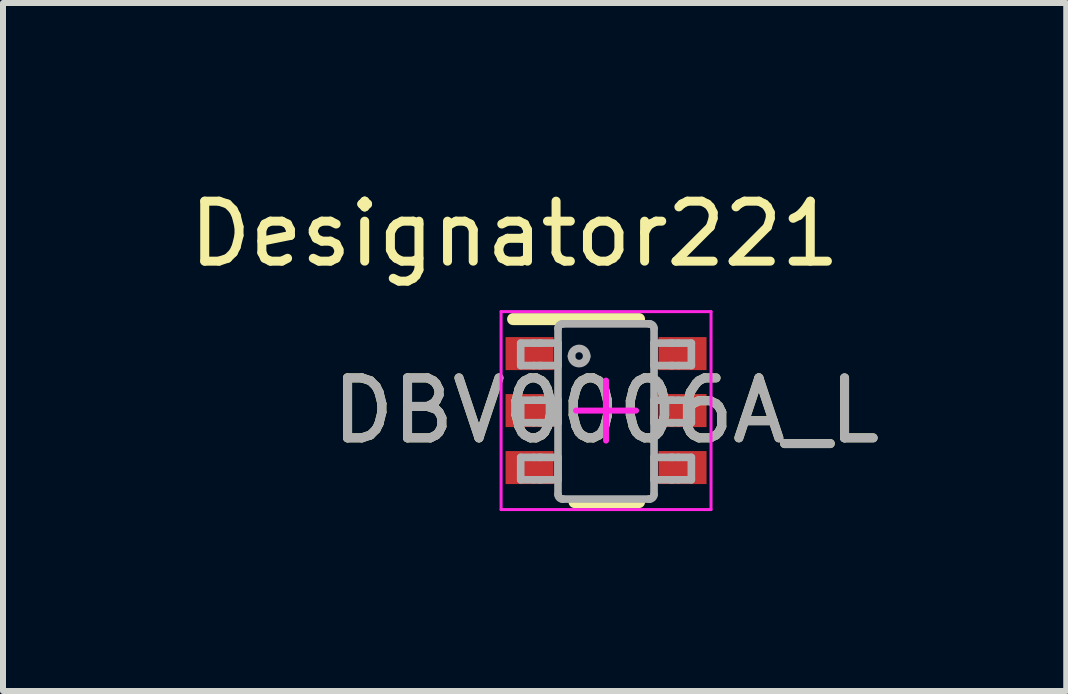
<source format=kicad_pcb>
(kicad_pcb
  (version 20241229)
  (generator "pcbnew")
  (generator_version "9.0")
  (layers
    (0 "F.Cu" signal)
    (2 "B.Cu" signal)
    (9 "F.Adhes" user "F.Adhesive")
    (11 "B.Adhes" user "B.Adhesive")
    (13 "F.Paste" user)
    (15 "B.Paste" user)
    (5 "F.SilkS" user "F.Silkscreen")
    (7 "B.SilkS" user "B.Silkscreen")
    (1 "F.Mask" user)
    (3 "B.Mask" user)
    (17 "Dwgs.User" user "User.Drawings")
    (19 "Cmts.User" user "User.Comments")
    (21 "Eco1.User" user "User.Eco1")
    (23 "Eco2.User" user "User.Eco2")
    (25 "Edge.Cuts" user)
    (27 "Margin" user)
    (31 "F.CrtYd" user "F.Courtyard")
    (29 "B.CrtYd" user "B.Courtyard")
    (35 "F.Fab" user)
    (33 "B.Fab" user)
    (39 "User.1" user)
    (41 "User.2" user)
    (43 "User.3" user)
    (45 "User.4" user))
  (footprint "DBV0006A_L"
    (layer "F.Cu")
    (at 7.054 3.795)
    (property "Reference" "DBV0006A_L" (at 0 0 0) (unlocked yes) (layer "F.SilkS") (effects (font (size 1 1) (thickness 0.15))))
    (attr smd)
    (fp_line (start -1.55 -1.525) (end 0.55 -1.525) (stroke (width 0.2) (type solid)) (layer "F.SilkS"))
    (fp_line (start -0.525 1.525) (end 0.55 1.525) (stroke (width 0.2) (type solid)) (layer "F.SilkS"))
    (fp_line (start -1.75 -1.65) (end 1.75 -1.65) (stroke (width 0.05) (type solid)) (layer "F.CrtYd"))
    (fp_line (start -1.75 1.65) (end -1.75 -1.65) (stroke (width 0.05) (type solid)) (layer "F.CrtYd"))
    (fp_line (start -1.75 1.65) (end 1.75 1.65) (stroke (width 0.05) (type solid)) (layer "F.CrtYd"))
    (fp_line (start -0.5 0) (end 0.5 0) (stroke (width 0.1) (type solid)) (layer "F.CrtYd"))
    (fp_line (start 0 0.5) (end 0 -0.5) (stroke (width 0.1) (type solid)) (layer "F.CrtYd"))
    (fp_line (start 1.75 1.65) (end 1.75 -1.65) (stroke (width 0.05) (type solid)) (layer "F.CrtYd"))
    (fp_line (start -1.423 -1.125) (end -1.206 -1.125) (stroke (width 0.127) (type solid)) (layer "F.Fab"))
    (fp_line (start -1.423 -0.751) (end -1.423 -1.125) (stroke (width 0.127) (type solid)) (layer "F.Fab"))
    (fp_line (start -1.423 -0.751) (end -1.206 -0.751) (stroke (width 0.127) (type solid)) (layer "F.Fab"))
    (fp_line (start -1.423 -0.173) (end -1.206 -0.173) (stroke (width 0.127) (type solid)) (layer "F.Fab"))
    (fp_line (start -1.423 0.202) (end -1.423 -0.173) (stroke (width 0.127) (type solid)) (layer "F.Fab"))
    (fp_line (start -1.423 0.202) (end -1.206 0.202) (stroke (width 0.127) (type solid)) (layer "F.Fab"))
    (fp_line (start -1.423 0.78) (end -1.206 0.78) (stroke (width 0.127) (type solid)) (layer "F.Fab"))
    (fp_line (start -1.423 1.154) (end -1.423 0.78) (stroke (width 0.127) (type solid)) (layer "F.Fab"))
    (fp_line (start -1.423 1.154) (end -1.206 1.154) (stroke (width 0.127) (type solid)) (layer "F.Fab"))
    (fp_line (start -1.206 -1.125) (end -1.113 -1.125) (stroke (width 0.127) (type solid)) (layer "F.Fab"))
    (fp_line (start -1.206 -0.751) (end -1.113 -0.751) (stroke (width 0.127) (type solid)) (layer "F.Fab"))
    (fp_line (start -1.206 -0.173) (end -1.113 -0.173) (stroke (width 0.127) (type solid)) (layer "F.Fab"))
    (fp_line (start -1.206 0.202) (end -1.113 0.202) (stroke (width 0.127) (type solid)) (layer "F.Fab"))
    (fp_line (start -1.206 0.78) (end -1.113 0.78) (stroke (width 0.127) (type solid)) (layer "F.Fab"))
    (fp_line (start -1.206 1.154) (end -1.113 1.154) (stroke (width 0.127) (type solid)) (layer "F.Fab"))
    (fp_line (start -1.113 -1.125) (end -1.081 -1.125) (stroke (width 0.127) (type solid)) (layer "F.Fab"))
    (fp_line (start -1.113 -0.751) (end -1.081 -0.751) (stroke (width 0.127) (type solid)) (layer "F.Fab"))
    (fp_line (start -1.113 -0.173) (end -1.081 -0.173) (stroke (width 0.127) (type solid)) (layer "F.Fab"))
    (fp_line (start -1.113 0.202) (end -1.081 0.202) (stroke (width 0.127) (type solid)) (layer "F.Fab"))
    (fp_line (start -1.113 0.78) (end -1.081 0.78) (stroke (width 0.127) (type solid)) (layer "F.Fab"))
    (fp_line (start -1.113 1.154) (end -1.081 1.154) (stroke (width 0.127) (type solid)) (layer "F.Fab"))
    (fp_line (start -1.081 -1.125) (end -0.828 -1.125) (stroke (width 0.127) (type solid)) (layer "F.Fab"))
    (fp_line (start -1.081 -0.751) (end -0.828 -0.751) (stroke (width 0.127) (type solid)) (layer "F.Fab"))
    (fp_line (start -1.081 -0.173) (end -0.828 -0.173) (stroke (width 0.127) (type solid)) (layer "F.Fab"))
    (fp_line (start -1.081 0.202) (end -0.828 0.202) (stroke (width 0.127) (type solid)) (layer "F.Fab"))
    (fp_line (start -1.081 0.78) (end -0.828 0.78) (stroke (width 0.127) (type solid)) (layer "F.Fab"))
    (fp_line (start -1.081 1.154) (end -0.828 1.154) (stroke (width 0.127) (type solid)) (layer "F.Fab"))
    (fp_line (start -0.828 -1.125) (end -0.801 -1.125) (stroke (width 0.127) (type solid)) (layer "F.Fab"))
    (fp_line (start -0.828 -0.751) (end -0.801 -0.751) (stroke (width 0.127) (type solid)) (layer "F.Fab"))
    (fp_line (start -0.828 -0.173) (end -0.801 -0.173) (stroke (width 0.127) (type solid)) (layer "F.Fab"))
    (fp_line (start -0.828 0.202) (end -0.801 0.202) (stroke (width 0.127) (type solid)) (layer "F.Fab"))
    (fp_line (start -0.828 0.78) (end -0.801 0.78) (stroke (width 0.127) (type solid)) (layer "F.Fab"))
    (fp_line (start -0.828 1.154) (end -0.801 1.154) (stroke (width 0.127) (type solid)) (layer "F.Fab"))
    (fp_line (start -0.801 -0.751) (end -0.801 -1.125) (stroke (width 0.127) (type solid)) (layer "F.Fab"))
    (fp_line (start -0.801 0.202) (end -0.801 -0.173) (stroke (width 0.127) (type solid)) (layer "F.Fab"))
    (fp_line (start -0.801 1.154) (end -0.801 0.78) (stroke (width 0.127) (type solid)) (layer "F.Fab"))
    (fp_line (start -0.801 1.399) (end -0.801 -1.37) (stroke (width 0.127) (type solid)) (layer "F.Fab"))
    (fp_line (start -0.725 -1.446) (end -0.724 -1.446) (stroke (width 0.127) (type solid)) (layer "F.Fab"))
    (fp_line (start -0.725 1.475) (end -0.724 1.475) (stroke (width 0.127) (type solid)) (layer "F.Fab"))
    (fp_line (start -0.724 -1.446) (end 0.723 -1.446) (stroke (width 0.127) (type solid)) (layer "F.Fab"))
    (fp_line (start -0.724 1.475) (end 0.723 1.475) (stroke (width 0.127) (type solid)) (layer "F.Fab"))
    (fp_line (start 0.723 -1.446) (end 0.724 -1.446) (stroke (width 0.127) (type solid)) (layer "F.Fab"))
    (fp_line (start 0.723 1.475) (end 0.724 1.475) (stroke (width 0.127) (type solid)) (layer "F.Fab"))
    (fp_line (start 0.8 -1.125) (end 0.827 -1.125) (stroke (width 0.127) (type solid)) (layer "F.Fab"))
    (fp_line (start 0.8 -0.751) (end 0.8 -1.125) (stroke (width 0.127) (type solid)) (layer "F.Fab"))
    (fp_line (start 0.8 -0.751) (end 0.827 -0.751) (stroke (width 0.127) (type solid)) (layer "F.Fab"))
    (fp_line (start 0.8 -0.173) (end 0.827 -0.173) (stroke (width 0.127) (type solid)) (layer "F.Fab"))
    (fp_line (start 0.8 0.202) (end 0.8 -0.173) (stroke (width 0.127) (type solid)) (layer "F.Fab"))
    (fp_line (start 0.8 0.202) (end 0.827 0.202) (stroke (width 0.127) (type solid)) (layer "F.Fab"))
    (fp_line (start 0.8 0.78) (end 0.827 0.78) (stroke (width 0.127) (type solid)) (layer "F.Fab"))
    (fp_line (start 0.8 1.154) (end 0.8 0.78) (stroke (width 0.127) (type solid)) (layer "F.Fab"))
    (fp_line (start 0.8 1.154) (end 0.827 1.154) (stroke (width 0.127) (type solid)) (layer "F.Fab"))
    (fp_line (start 0.8 1.399) (end 0.8 -1.37) (stroke (width 0.127) (type solid)) (layer "F.Fab"))
    (fp_line (start 0.827 -1.125) (end 1.08 -1.125) (stroke (width 0.127) (type solid)) (layer "F.Fab"))
    (fp_line (start 0.827 -0.751) (end 1.08 -0.751) (stroke (width 0.127) (type solid)) (layer "F.Fab"))
    (fp_line (start 0.827 -0.173) (end 1.08 -0.173) (stroke (width 0.127) (type solid)) (layer "F.Fab"))
    (fp_line (start 0.827 0.202) (end 1.08 0.202) (stroke (width 0.127) (type solid)) (layer "F.Fab"))
    (fp_line (start 0.827 0.78) (end 1.08 0.78) (stroke (width 0.127) (type solid)) (layer "F.Fab"))
    (fp_line (start 0.827 1.154) (end 1.08 1.154) (stroke (width 0.127) (type solid)) (layer "F.Fab"))
    (fp_line (start 1.08 -1.125) (end 1.112 -1.125) (stroke (width 0.127) (type solid)) (layer "F.Fab"))
    (fp_line (start 1.08 -0.751) (end 1.112 -0.751) (stroke (width 0.127) (type solid)) (layer "F.Fab"))
    (fp_line (start 1.08 -0.173) (end 1.112 -0.173) (stroke (width 0.127) (type solid)) (layer "F.Fab"))
    (fp_line (start 1.08 0.202) (end 1.112 0.202) (stroke (width 0.127) (type solid)) (layer "F.Fab"))
    (fp_line (start 1.08 0.78) (end 1.112 0.78) (stroke (width 0.127) (type solid)) (layer "F.Fab"))
    (fp_line (start 1.08 1.154) (end 1.112 1.154) (stroke (width 0.127) (type solid)) (layer "F.Fab"))
    (fp_line (start 1.112 -1.125) (end 1.205 -1.125) (stroke (width 0.127) (type solid)) (layer "F.Fab"))
    (fp_line (start 1.112 -0.751) (end 1.205 -0.751) (stroke (width 0.127) (type solid)) (layer "F.Fab"))
    (fp_line (start 1.112 -0.173) (end 1.205 -0.173) (stroke (width 0.127) (type solid)) (layer "F.Fab"))
    (fp_line (start 1.112 0.202) (end 1.205 0.202) (stroke (width 0.127) (type solid)) (layer "F.Fab"))
    (fp_line (start 1.112 0.78) (end 1.205 0.78) (stroke (width 0.127) (type solid)) (layer "F.Fab"))
    (fp_line (start 1.112 1.154) (end 1.205 1.154) (stroke (width 0.127) (type solid)) (layer "F.Fab"))
    (fp_line (start 1.205 -1.125) (end 1.422 -1.125) (stroke (width 0.127) (type solid)) (layer "F.Fab"))
    (fp_line (start 1.205 -0.751) (end 1.422 -0.751) (stroke (width 0.127) (type solid)) (layer "F.Fab"))
    (fp_line (start 1.205 -0.173) (end 1.422 -0.173) (stroke (width 0.127) (type solid)) (layer "F.Fab"))
    (fp_line (start 1.205 0.202) (end 1.422 0.202) (stroke (width 0.127) (type solid)) (layer "F.Fab"))
    (fp_line (start 1.205 0.78) (end 1.422 0.78) (stroke (width 0.127) (type solid)) (layer "F.Fab"))
    (fp_line (start 1.205 1.154) (end 1.422 1.154) (stroke (width 0.127) (type solid)) (layer "F.Fab"))
    (fp_line (start 1.422 -0.751) (end 1.422 -1.125) (stroke (width 0.127) (type solid)) (layer "F.Fab"))
    (fp_line (start 1.422 0.202) (end 1.422 -0.173) (stroke (width 0.127) (type solid)) (layer "F.Fab"))
    (fp_line (start 1.422 1.154) (end 1.422 0.78) (stroke (width 0.127) (type solid)) (layer "F.Fab"))
    (fp_arc (start -0.800692 -1.369901) (mid -0.778512 -1.423533) (end -0.724999 -1.446) (stroke (width 0.127) (type solid)) (layer "F.Fab"))
    (fp_arc (start -0.724999 1.475002) (mid -0.778507 1.452548) (end -0.800692 1.398928) (stroke (width 0.127) (type solid)) (layer "F.Fab"))
    (fp_arc (start -0.576537 -0.906071) (mid -0.449562 -1.033046) (end -0.322588 -0.906071) (stroke (width 0.127) (type solid)) (layer "F.Fab"))
    (fp_arc (start -0.322588 -0.906071) (mid -0.449562 -0.779097) (end -0.576537 -0.906071) (stroke (width 0.127) (type solid)) (layer "F.Fab"))
    (fp_arc (start 0.723841 -1.446) (mid 0.777341 -1.423528) (end 0.799508 -1.369901) (stroke (width 0.127) (type solid)) (layer "F.Fab"))
    (fp_arc (start 0.799508 1.398928) (mid 0.777336 1.452543) (end 0.723841 1.475002) (stroke (width 0.127) (type solid)) (layer "F.Fab"))
    (fp_text user "Designator221" (at -1.524 -2.946 0) (unlocked yes) (layer "F.SilkS") (effects (font (size 1 1) (thickness 0.15))))
    (fp_text user "${REFERENCE}" (at 0 0 0) (unlocked yes) (layer "F.Fab") (effects (font (size 1 1) (thickness 0.15))))
    (pad "1" smd rect (at -1.275 -0.95 90) (size 0.55 0.8) (layers "F.Cu" "F.Mask" "F.Paste"))
    (pad "2" smd rect (at -1.275 0 90) (size 0.55 0.8) (layers "F.Cu" "F.Mask" "F.Paste"))
    (pad "3" smd rect (at -1.275 0.95 90) (size 0.55 0.8) (layers "F.Cu" "F.Mask" "F.Paste"))
    (pad "4" smd rect (at 1.275 0.95 90) (size 0.55 0.8) (layers "F.Cu" "F.Mask" "F.Paste"))
    (pad "5" smd rect (at 1.275 0 90) (size 0.55 0.8) (layers "F.Cu" "F.Mask" "F.Paste"))
    (pad "6" smd rect (at 1.275 -0.95 90) (size 0.55 0.8) (layers "F.Cu" "F.Mask" "F.Paste")))
  (gr_rect
    (start -3 -3)
    (end 14.726 8.47)
    (stroke (width 0.1) (type default))
    (fill no)
    (layer "Edge.Cuts")))
</source>
